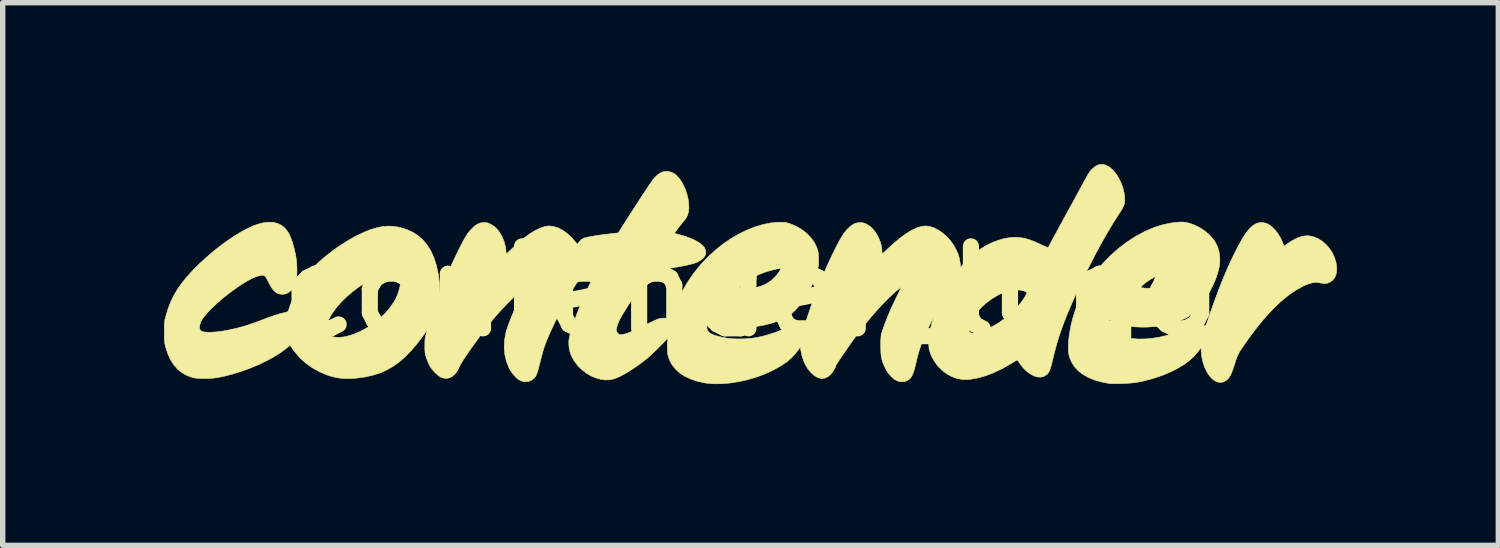
<source format=kicad_pcb>
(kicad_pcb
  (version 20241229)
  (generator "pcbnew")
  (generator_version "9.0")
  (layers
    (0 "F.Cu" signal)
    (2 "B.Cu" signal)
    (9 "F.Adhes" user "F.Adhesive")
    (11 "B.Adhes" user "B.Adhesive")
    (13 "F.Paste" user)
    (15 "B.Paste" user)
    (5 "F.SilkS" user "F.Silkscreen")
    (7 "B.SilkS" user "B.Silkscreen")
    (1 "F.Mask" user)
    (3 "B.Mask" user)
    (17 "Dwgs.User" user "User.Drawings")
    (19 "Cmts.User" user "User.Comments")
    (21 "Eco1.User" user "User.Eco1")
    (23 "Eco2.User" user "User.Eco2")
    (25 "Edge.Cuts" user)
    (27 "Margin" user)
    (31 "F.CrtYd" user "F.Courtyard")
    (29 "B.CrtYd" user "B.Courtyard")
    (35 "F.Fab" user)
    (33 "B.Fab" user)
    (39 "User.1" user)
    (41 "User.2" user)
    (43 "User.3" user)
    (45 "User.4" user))
  (footprint "contender_logo"
    (layer "F.Cu")
    (at 10.902 2.365)
    (property "Reference" "contender_logo" (at 0 0 0) (layer "F.SilkS") (effects (font (size 1.524 1.524) (thickness 0.3))))
    (attr through_hole)
    (fp_poly (pts (xy 8.06 -1.285) (xy 8.158 -1.266) (xy 8.257 -1.232) (xy 8.354 -1.183) (xy 8.446 -1.122) (xy 8.53 -1.052) (xy 8.602 -0.973) (xy 8.639 -0.92) (xy 8.683 -0.836) (xy 8.712 -0.741) (xy 8.727 -0.64) (xy 8.727 -0.535) (xy 8.717 -0.456) (xy 8.69 -0.344) (xy 8.651 -0.229) (xy 8.602 -0.114) (xy 8.545 -0.002) (xy 8.481 0.106) (xy 8.411 0.207) (xy 8.337 0.299) (xy 8.261 0.379) (xy 8.183 0.445) (xy 8.106 0.494) (xy 8.104 0.495) (xy 7.983 0.55) (xy 7.849 0.595) (xy 7.704 0.63) (xy 7.55 0.654) (xy 7.391 0.666) (xy 7.302 0.668) (xy 7.16 0.663) (xy 7.031 0.649) (xy 6.915 0.625) (xy 6.808 0.59) (xy 6.748 0.565) (xy 6.671 0.528) (xy 6.661 0.558) (xy 6.646 0.625) (xy 6.645 0.682) (xy 6.661 0.729) (xy 6.692 0.767) (xy 6.741 0.799) (xy 6.8 0.822) (xy 6.931 0.856) (xy 7.071 0.878) (xy 7.214 0.889) (xy 7.354 0.886) (xy 7.379 0.884) (xy 7.498 0.871) (xy 7.613 0.852) (xy 7.727 0.825) (xy 7.846 0.791) (xy 7.973 0.747) (xy 8.068 0.71) (xy 8.123 0.688) (xy 8.176 0.668) (xy 8.224 0.651) (xy 8.262 0.639) (xy 8.279 0.634) (xy 8.33 0.625) (xy 8.378 0.623) (xy 8.418 0.629) (xy 8.446 0.642) (xy 8.447 0.643) (xy 8.452 0.647) (xy 8.457 0.648) (xy 8.463 0.642) (xy 8.47 0.63) (xy 8.48 0.608) (xy 8.492 0.574) (xy 8.508 0.528) (xy 8.529 0.467) (xy 8.545 0.421) (xy 8.624 0.196) (xy 8.704 -0.021) (xy 8.786 -0.227) (xy 8.868 -0.421) (xy 8.95 -0.601) (xy 9.032 -0.767) (xy 9.112 -0.916) (xy 9.157 -0.995) (xy 9.218 -1.088) (xy 9.278 -1.162) (xy 9.339 -1.218) (xy 9.401 -1.256) (xy 9.464 -1.275) (xy 9.528 -1.278) (xy 9.594 -1.262) (xy 9.599 -1.26) (xy 9.652 -1.233) (xy 9.706 -1.189) (xy 9.759 -1.134) (xy 9.809 -1.069) (xy 9.853 -0.997) (xy 9.889 -0.923) (xy 9.897 -0.9) (xy 9.908 -0.87) (xy 9.917 -0.848) (xy 9.921 -0.839) (xy 9.928 -0.843) (xy 9.948 -0.856) (xy 9.975 -0.875) (xy 9.985 -0.883) (xy 10.073 -0.941) (xy 10.16 -0.986) (xy 10.244 -1.016) (xy 10.323 -1.031) (xy 10.384 -1.031) (xy 10.471 -1.013) (xy 10.555 -0.978) (xy 10.633 -0.929) (xy 10.705 -0.867) (xy 10.768 -0.794) (xy 10.821 -0.712) (xy 10.862 -0.623) (xy 10.889 -0.53) (xy 10.901 -0.442) (xy 10.899 -0.366) (xy 10.887 -0.304) (xy 10.863 -0.251) (xy 10.826 -0.206) (xy 10.779 -0.17) (xy 10.726 -0.149) (xy 10.667 -0.143) (xy 10.599 -0.153) (xy 10.571 -0.16) (xy 10.519 -0.167) (xy 10.456 -0.159) (xy 10.381 -0.139) (xy 10.297 -0.105) (xy 10.279 -0.096) (xy 10.151 -0.026) (xy 10.02 0.062) (xy 9.887 0.169) (xy 9.753 0.294) (xy 9.616 0.437) (xy 9.479 0.597) (xy 9.339 0.775) (xy 9.199 0.971) (xy 9.151 1.041) (xy 9.12 1.087) (xy 9.097 1.123) (xy 9.078 1.155) (xy 9.063 1.185) (xy 9.049 1.219) (xy 9.034 1.259) (xy 9.017 1.311) (xy 9.003 1.356) (xy 8.976 1.436) (xy 8.953 1.499) (xy 8.932 1.549) (xy 8.911 1.588) (xy 8.89 1.618) (xy 8.867 1.641) (xy 8.849 1.655) (xy 8.81 1.679) (xy 8.775 1.691) (xy 8.737 1.695) (xy 8.728 1.695) (xy 8.676 1.685) (xy 8.624 1.658) (xy 8.574 1.617) (xy 8.528 1.562) (xy 8.486 1.496) (xy 8.449 1.42) (xy 8.419 1.337) (xy 8.398 1.249) (xy 8.385 1.156) (xy 8.384 1.143) (xy 8.377 1.05) (xy 8.328 1.116) (xy 8.254 1.204) (xy 8.166 1.285) (xy 8.063 1.362) (xy 7.943 1.434) (xy 7.85 1.482) (xy 7.676 1.558) (xy 7.491 1.621) (xy 7.301 1.671) (xy 7.154 1.699) (xy 7.118 1.703) (xy 7.068 1.707) (xy 7.01 1.711) (xy 6.946 1.714) (xy 6.881 1.717) (xy 6.818 1.718) (xy 6.761 1.719) (xy 6.715 1.718) (xy 6.682 1.717) (xy 6.675 1.716) (xy 6.528 1.687) (xy 6.396 1.649) (xy 6.279 1.601) (xy 6.178 1.543) (xy 6.092 1.476) (xy 6.023 1.4) (xy 5.969 1.314) (xy 5.932 1.22) (xy 5.921 1.176) (xy 5.912 1.111) (xy 5.911 1.032) (xy 5.915 0.939) (xy 5.926 0.836) (xy 5.944 0.724) (xy 5.965 0.613) (xy 5.999 0.483) (xy 6.044 0.344) (xy 6.098 0.203) (xy 6.161 0.064) (xy 6.228 -0.069) (xy 6.232 -0.075) (xy 7.263 -0.075) (xy 7.271 -0.067) (xy 7.295 -0.062) (xy 7.331 -0.058) (xy 7.376 -0.057) (xy 7.425 -0.057) (xy 7.476 -0.06) (xy 7.526 -0.065) (xy 7.57 -0.071) (xy 7.589 -0.075) (xy 7.685 -0.106) (xy 7.776 -0.152) (xy 7.858 -0.21) (xy 7.93 -0.279) (xy 7.987 -0.354) (xy 8.001 -0.379) (xy 8.027 -0.426) (xy 7.981 -0.419) (xy 7.889 -0.401) (xy 7.787 -0.373) (xy 7.683 -0.337) (xy 7.581 -0.295) (xy 7.487 -0.248) (xy 7.454 -0.23) (xy 7.416 -0.206) (xy 7.376 -0.178) (xy 7.337 -0.149) (xy 7.304 -0.121) (xy 7.279 -0.098) (xy 7.265 -0.08) (xy 7.263 -0.075) (xy 6.232 -0.075) (xy 6.299 -0.189) (xy 6.317 -0.216) (xy 6.432 -0.374) (xy 6.559 -0.524) (xy 6.696 -0.665) (xy 6.843 -0.795) (xy 6.997 -0.912) (xy 7.156 -1.016) (xy 7.319 -1.104) (xy 7.483 -1.176) (xy 7.559 -1.203) (xy 7.658 -1.233) (xy 7.758 -1.256) (xy 7.854 -1.274) (xy 7.943 -1.284) (xy 8.021 -1.287) (xy 8.06 -1.285)) (stroke (width 0.01) (type solid)) (fill yes) (layer "F.SilkS"))
    (fp_poly (pts (xy 6.593 -2.35) (xy 6.655 -2.322) (xy 6.688 -2.3) (xy 6.747 -2.246) (xy 6.803 -2.178) (xy 6.852 -2.097) (xy 6.895 -2.008) (xy 6.928 -1.914) (xy 6.95 -1.819) (xy 6.958 -1.749) (xy 6.961 -1.702) (xy 6.959 -1.662) (xy 6.953 -1.625) (xy 6.94 -1.587) (xy 6.92 -1.546) (xy 6.892 -1.498) (xy 6.853 -1.438) (xy 6.849 -1.432) (xy 6.736 -1.255) (xy 6.621 -1.061) (xy 6.503 -0.852) (xy 6.385 -0.631) (xy 6.267 -0.398) (xy 6.15 -0.156) (xy 6.035 0.094) (xy 5.949 0.289) (xy 5.873 0.47) (xy 5.807 0.641) (xy 5.749 0.807) (xy 5.698 0.972) (xy 5.652 1.142) (xy 5.62 1.273) (xy 5.602 1.349) (xy 5.585 1.409) (xy 5.569 1.456) (xy 5.554 1.492) (xy 5.537 1.52) (xy 5.517 1.543) (xy 5.504 1.555) (xy 5.455 1.584) (xy 5.4 1.597) (xy 5.339 1.594) (xy 5.274 1.575) (xy 5.208 1.541) (xy 5.141 1.492) (xy 5.114 1.467) (xy 5.078 1.43) (xy 5.042 1.389) (xy 5.012 1.349) (xy 5.005 1.339) (xy 4.963 1.275) (xy 4.84 1.349) (xy 4.681 1.439) (xy 4.529 1.512) (xy 4.382 1.569) (xy 4.239 1.61) (xy 4.1 1.635) (xy 4.036 1.642) (xy 3.936 1.64) (xy 3.838 1.621) (xy 3.742 1.586) (xy 3.651 1.536) (xy 3.567 1.473) (xy 3.491 1.397) (xy 3.426 1.311) (xy 3.372 1.215) (xy 3.343 1.143) (xy 3.332 1.108) (xy 3.324 1.079) (xy 3.32 1.048) (xy 3.318 1.011) (xy 3.317 0.962) (xy 3.317 0.95) (xy 3.326 0.817) (xy 3.34 0.736) (xy 4.065 0.736) (xy 4.068 0.749) (xy 4.077 0.759) (xy 4.083 0.764) (xy 4.101 0.774) (xy 4.126 0.778) (xy 4.159 0.775) (xy 4.204 0.766) (xy 4.261 0.75) (xy 4.304 0.737) (xy 4.401 0.702) (xy 4.49 0.661) (xy 4.578 0.612) (xy 4.614 0.589) (xy 4.69 0.535) (xy 4.77 0.472) (xy 4.849 0.402) (xy 4.924 0.33) (xy 4.991 0.259) (xy 5.045 0.192) (xy 5.048 0.188) (xy 5.078 0.146) (xy 5.103 0.106) (xy 5.123 0.07) (xy 5.137 0.041) (xy 5.141 0.023) (xy 5.14 0.019) (xy 5.118 0.007) (xy 5.083 -0.006) (xy 5.038 -0.017) (xy 4.989 -0.025) (xy 4.94 -0.03) (xy 4.915 -0.031) (xy 4.873 -0.03) (xy 4.84 -0.027) (xy 4.81 -0.02) (xy 4.775 -0.008) (xy 4.746 0.004) (xy 4.62 0.063) (xy 4.504 0.13) (xy 4.399 0.206) (xy 4.306 0.287) (xy 4.226 0.374) (xy 4.161 0.464) (xy 4.111 0.557) (xy 4.079 0.651) (xy 4.072 0.681) (xy 4.066 0.715) (xy 4.065 0.736) (xy 3.34 0.736) (xy 3.35 0.681) (xy 3.381 0.569) (xy 3.391 0.536) (xy 3.398 0.511) (xy 3.399 0.499) (xy 3.399 0.499) (xy 3.394 0.507) (xy 3.382 0.529) (xy 3.365 0.562) (xy 3.345 0.603) (xy 3.335 0.623) (xy 3.285 0.73) (xy 3.243 0.824) (xy 3.208 0.908) (xy 3.177 0.987) (xy 3.151 1.063) (xy 3.128 1.141) (xy 3.105 1.223) (xy 3.083 1.313) (xy 3.082 1.321) (xy 3.061 1.406) (xy 3.042 1.475) (xy 3.023 1.529) (xy 3.004 1.572) (xy 2.983 1.605) (xy 2.96 1.63) (xy 2.932 1.65) (xy 2.91 1.661) (xy 2.875 1.677) (xy 2.844 1.683) (xy 2.807 1.682) (xy 2.806 1.682) (xy 2.757 1.675) (xy 2.714 1.659) (xy 2.672 1.632) (xy 2.626 1.592) (xy 2.614 1.581) (xy 2.577 1.54) (xy 2.546 1.498) (xy 2.517 1.447) (xy 2.508 1.43) (xy 2.48 1.368) (xy 2.458 1.313) (xy 2.443 1.261) (xy 2.432 1.205) (xy 2.426 1.143) (xy 2.424 1.069) (xy 2.423 1.021) (xy 2.423 0.957) (xy 2.424 0.907) (xy 2.427 0.868) (xy 2.43 0.836) (xy 2.436 0.806) (xy 2.444 0.775) (xy 2.445 0.771) (xy 2.468 0.694) (xy 2.5 0.604) (xy 2.54 0.502) (xy 2.585 0.393) (xy 2.636 0.278) (xy 2.691 0.161) (xy 2.737 0.067) (xy 2.759 0.021) (xy 2.778 -0.018) (xy 2.792 -0.049) (xy 2.8 -0.067) (xy 2.801 -0.072) (xy 2.792 -0.068) (xy 2.772 -0.053) (xy 2.742 -0.029) (xy 2.706 0.002) (xy 2.665 0.039) (xy 2.622 0.078) (xy 2.578 0.119) (xy 2.537 0.16) (xy 2.499 0.197) (xy 2.488 0.208) (xy 2.382 0.322) (xy 2.277 0.441) (xy 2.17 0.568) (xy 2.061 0.707) (xy 1.955 0.847) (xy 1.92 0.894) (xy 1.881 0.948) (xy 1.84 1.006) (xy 1.798 1.067) (xy 1.756 1.127) (xy 1.716 1.186) (xy 1.679 1.241) (xy 1.646 1.289) (xy 1.62 1.33) (xy 1.601 1.36) (xy 1.591 1.379) (xy 1.59 1.382) (xy 1.584 1.403) (xy 1.57 1.434) (xy 1.549 1.469) (xy 1.525 1.506) (xy 1.501 1.537) (xy 1.487 1.553) (xy 1.44 1.59) (xy 1.388 1.614) (xy 1.337 1.624) (xy 1.308 1.622) (xy 1.244 1.601) (xy 1.182 1.563) (xy 1.124 1.51) (xy 1.07 1.445) (xy 1.024 1.368) (xy 0.985 1.282) (xy 0.956 1.189) (xy 0.94 1.111) (xy 0.928 1.036) (xy 0.884 1.099) (xy 0.824 1.175) (xy 0.756 1.245) (xy 0.679 1.311) (xy 0.589 1.373) (xy 0.485 1.434) (xy 0.372 1.492) (xy 0.23 1.554) (xy 0.081 1.606) (xy -0.072 1.65) (xy -0.227 1.683) (xy -0.381 1.707) (xy -0.531 1.719) (xy -0.674 1.721) (xy -0.807 1.71) (xy -0.856 1.703) (xy -0.992 1.672) (xy -1.115 1.63) (xy -1.223 1.579) (xy -1.317 1.517) (xy -1.396 1.445) (xy -1.459 1.364) (xy -1.506 1.275) (xy -1.53 1.202) (xy -1.538 1.161) (xy -1.543 1.108) (xy -1.545 1.047) (xy -1.545 0.986) (xy -1.542 0.93) (xy -1.539 0.902) (xy -1.533 0.861) (xy -1.563 0.898) (xy -1.59 0.93) (xy -1.629 0.971) (xy -1.676 1.019) (xy -1.729 1.071) (xy -1.784 1.123) (xy -1.838 1.174) (xy -1.889 1.22) (xy -1.934 1.259) (xy -1.952 1.273) (xy -2.046 1.346) (xy -2.143 1.414) (xy -2.238 1.477) (xy -2.329 1.532) (xy -2.415 1.578) (xy -2.491 1.613) (xy -2.531 1.628) (xy -2.613 1.646) (xy -2.701 1.649) (xy -2.791 1.636) (xy -2.882 1.609) (xy -2.972 1.57) (xy -3.057 1.518) (xy -3.137 1.456) (xy -3.209 1.384) (xy -3.27 1.304) (xy -3.31 1.236) (xy -3.339 1.172) (xy -3.358 1.115) (xy -3.37 1.056) (xy -3.375 0.997) (xy -3.376 0.955) (xy -3.375 0.92) (xy -3.371 0.886) (xy -3.363 0.847) (xy -3.351 0.8) (xy -3.316 0.682) (xy -3.274 0.553) (xy -3.224 0.416) (xy -3.168 0.273) (xy -3.108 0.13) (xy -3.045 -0.01) (xy -2.981 -0.144) (xy -2.972 -0.161) (xy -2.956 -0.194) (xy -2.943 -0.221) (xy -2.936 -0.236) (xy -2.935 -0.239) (xy -2.943 -0.245) (xy -2.962 -0.258) (xy -2.98 -0.269) (xy -3.015 -0.291) (xy -3.052 -0.317) (xy -3.065 -0.327) (xy -3.09 -0.346) (xy -3.105 -0.352) (xy -3.113 -0.349) (xy -3.115 -0.347) (xy -3.122 -0.331) (xy -3.123 -0.325) (xy -3.128 -0.315) (xy -3.142 -0.292) (xy -3.163 -0.258) (xy -3.189 -0.217) (xy -3.216 -0.175) (xy -3.317 -0.013) (xy -3.419 0.163) (xy -3.521 0.35) (xy -3.619 0.545) (xy -3.713 0.743) (xy -3.713 0.743) (xy -3.752 0.831) (xy -3.784 0.908) (xy -3.812 0.979) (xy -3.837 1.05) (xy -3.86 1.126) (xy -3.883 1.211) (xy -3.904 1.294) (xy -3.924 1.371) (xy -3.94 1.433) (xy -3.953 1.482) (xy -3.965 1.519) (xy -3.976 1.548) (xy -3.987 1.57) (xy -3.999 1.589) (xy -4.012 1.606) (xy -4.021 1.616) (xy -4.067 1.654) (xy -4.121 1.676) (xy -4.18 1.683) (xy -4.24 1.675) (xy -4.293 1.652) (xy -4.34 1.618) (xy -4.388 1.571) (xy -4.433 1.515) (xy -4.472 1.455) (xy -4.487 1.427) (xy -4.535 1.306) (xy -4.565 1.18) (xy -4.577 1.049) (xy -4.571 0.914) (xy -4.547 0.776) (xy -4.543 0.758) (xy -4.527 0.705) (xy -4.504 0.638) (xy -4.475 0.56) (xy -4.441 0.474) (xy -4.403 0.383) (xy -4.362 0.29) (xy -4.32 0.198) (xy -4.278 0.109) (xy -4.237 0.027) (xy -4.234 0.022) (xy -4.216 -0.016) (xy -4.201 -0.046) (xy -4.192 -0.066) (xy -4.19 -0.073) (xy -4.2 -0.07) (xy -4.222 -0.055) (xy -4.252 -0.029) (xy -4.291 0.006) (xy -4.337 0.049) (xy -4.388 0.098) (xy -4.442 0.151) (xy -4.498 0.208) (xy -4.554 0.266) (xy -4.609 0.324) (xy -4.662 0.381) (xy -4.71 0.435) (xy -4.753 0.484) (xy -4.761 0.494) (xy -4.818 0.563) (xy -4.878 0.64) (xy -4.941 0.72) (xy -5.004 0.804) (xy -5.067 0.889) (xy -5.129 0.974) (xy -5.188 1.056) (xy -5.242 1.134) (xy -5.292 1.206) (xy -5.334 1.271) (xy -5.369 1.326) (xy -5.394 1.37) (xy -5.409 1.4) (xy -5.445 1.475) (xy -5.488 1.535) (xy -5.538 1.58) (xy -5.592 1.609) (xy -5.649 1.621) (xy -5.708 1.615) (xy -5.754 1.599) (xy -5.794 1.574) (xy -5.839 1.536) (xy -5.884 1.491) (xy -5.925 1.442) (xy -5.958 1.393) (xy -5.966 1.378) (xy -5.986 1.336) (xy -6.007 1.286) (xy -6.025 1.238) (xy -6.026 1.232) (xy -6.037 1.198) (xy -6.044 1.169) (xy -6.049 1.139) (xy -6.052 1.103) (xy -6.053 1.057) (xy -6.053 1.016) (xy -6.053 0.957) (xy -6.051 0.912) (xy -6.048 0.876) (xy -6.042 0.843) (xy -6.033 0.81) (xy -6.032 0.807) (xy -6.023 0.772) (xy -6.015 0.745) (xy -6.012 0.73) (xy -6.011 0.728) (xy -6.016 0.733) (xy -6.03 0.751) (xy -6.051 0.779) (xy -6.077 0.815) (xy -6.087 0.829) (xy -6.198 0.976) (xy -6.308 1.105) (xy -6.417 1.218) (xy -6.529 1.315) (xy -6.644 1.397) (xy -6.763 1.465) (xy -6.888 1.52) (xy -7.021 1.562) (xy -7.163 1.594) (xy -7.316 1.614) (xy -7.363 1.619) (xy -7.489 1.624) (xy -7.605 1.619) (xy -7.716 1.602) (xy -7.826 1.572) (xy -7.865 1.559) (xy -8.01 1.499) (xy -8.144 1.424) (xy -8.268 1.336) (xy -8.378 1.236) (xy -8.474 1.123) (xy -8.518 1.061) (xy -8.537 1.034) (xy -8.551 1.014) (xy -8.557 1.007) (xy -8.558 1.007) (xy -8.566 1.012) (xy -8.585 1.027) (xy -8.612 1.049) (xy -8.629 1.062) (xy -8.736 1.142) (xy -8.859 1.219) (xy -8.995 1.293) (xy -9.142 1.364) (xy -9.297 1.429) (xy -9.457 1.487) (xy -9.62 1.538) (xy -9.783 1.58) (xy -9.906 1.605) (xy -9.964 1.613) (xy -10.031 1.619) (xy -10.103 1.622) (xy -10.176 1.623) (xy -10.245 1.621) (xy -10.306 1.616) (xy -10.354 1.609) (xy -10.367 1.606) (xy -10.471 1.569) (xy -10.565 1.518) (xy -10.647 1.452) (xy -10.719 1.371) (xy -10.78 1.275) (xy -10.832 1.163) (xy -10.873 1.036) (xy -10.881 1.003) (xy -10.888 0.974) (xy -10.892 0.945) (xy -10.895 0.912) (xy -10.897 0.871) (xy -10.897 0.819) (xy -10.897 0.757) (xy -10.897 0.692) (xy -10.897 0.642) (xy -10.895 0.602) (xy -10.892 0.57) (xy -10.888 0.54) (xy -10.881 0.509) (xy -10.872 0.473) (xy -10.868 0.46) (xy -10.828 0.327) (xy -10.78 0.203) (xy -10.723 0.084) (xy -10.655 -0.032) (xy -10.574 -0.147) (xy -10.48 -0.263) (xy -10.37 -0.385) (xy -10.35 -0.406) (xy -10.235 -0.52) (xy -10.114 -0.631) (xy -9.989 -0.738) (xy -9.862 -0.839) (xy -9.734 -0.933) (xy -9.608 -1.018) (xy -9.485 -1.094) (xy -9.368 -1.158) (xy -9.259 -1.209) (xy -9.174 -1.242) (xy -9.066 -1.271) (xy -8.966 -1.284) (xy -8.875 -1.281) (xy -8.792 -1.261) (xy -8.719 -1.226) (xy -8.655 -1.174) (xy -8.601 -1.107) (xy -8.578 -1.067) (xy -8.554 -1.015) (xy -8.529 -0.949) (xy -8.505 -0.873) (xy -8.482 -0.791) (xy -8.463 -0.708) (xy -8.457 -0.681) (xy -8.445 -0.611) (xy -8.437 -0.533) (xy -8.432 -0.453) (xy -8.43 -0.375) (xy -8.433 -0.305) (xy -8.439 -0.246) (xy -8.442 -0.227) (xy -8.466 -0.143) (xy -8.499 -0.073) (xy -8.541 -0.016) (xy -8.589 0.025) (xy -8.645 0.05) (xy -8.703 0.058) (xy -8.758 0.051) (xy -8.807 0.032) (xy -8.851 -0.002) (xy -8.893 -0.052) (xy -8.933 -0.119) (xy -8.952 -0.156) (xy -8.98 -0.212) (xy -9.003 -0.252) (xy -9.024 -0.278) (xy -9.046 -0.293) (xy -9.07 -0.298) (xy -9.097 -0.296) (xy -9.128 -0.289) (xy -9.168 -0.278) (xy -9.2 -0.267) (xy -9.273 -0.235) (xy -9.356 -0.19) (xy -9.447 -0.135) (xy -9.543 -0.072) (xy -9.641 -0.001) (xy -9.74 0.074) (xy -9.836 0.153) (xy -9.928 0.234) (xy -10.012 0.314) (xy -10.087 0.391) (xy -10.094 0.399) (xy -10.144 0.456) (xy -10.181 0.504) (xy -10.208 0.546) (xy -10.225 0.584) (xy -10.236 0.623) (xy -10.237 0.627) (xy -10.242 0.672) (xy -10.237 0.706) (xy -10.222 0.731) (xy -10.194 0.748) (xy -10.151 0.758) (xy -10.093 0.762) (xy -10.056 0.763) (xy -9.94 0.757) (xy -9.812 0.741) (xy -9.674 0.716) (xy -9.67 0.716) (xy -7.883 0.716) (xy -7.881 0.741) (xy -7.875 0.761) (xy -7.863 0.78) (xy -7.863 0.781) (xy -7.841 0.806) (xy -7.81 0.828) (xy -7.799 0.835) (xy -7.758 0.848) (xy -7.704 0.855) (xy -7.641 0.856) (xy -7.574 0.851) (xy -7.507 0.839) (xy -7.502 0.838) (xy -7.374 0.799) (xy -7.247 0.744) (xy -7.122 0.676) (xy -7.002 0.596) (xy -6.89 0.506) (xy -6.788 0.408) (xy -6.699 0.303) (xy -6.625 0.195) (xy -6.591 0.134) (xy -6.563 0.071) (xy -6.539 0.001) (xy -6.519 -0.073) (xy -6.504 -0.146) (xy -6.496 -0.213) (xy -6.494 -0.271) (xy -6.498 -0.306) (xy -6.508 -0.333) (xy -6.527 -0.35) (xy -6.556 -0.36) (xy -6.598 -0.362) (xy -6.656 -0.358) (xy -6.66 -0.358) (xy -6.754 -0.341) (xy -6.856 -0.31) (xy -6.963 -0.265) (xy -7.073 -0.209) (xy -7.185 -0.143) (xy -7.295 -0.069) (xy -7.402 0.012) (xy -7.503 0.099) (xy -7.596 0.189) (xy -7.68 0.282) (xy -7.75 0.376) (xy -7.757 0.386) (xy -7.802 0.457) (xy -7.836 0.519) (xy -7.86 0.573) (xy -7.874 0.624) (xy -7.881 0.674) (xy -7.881 0.677) (xy -7.883 0.716) (xy -9.67 0.716) (xy -9.529 0.682) (xy -9.382 0.641) (xy -9.233 0.591) (xy -9.125 0.551) (xy -8.983 0.496) (xy -8.855 0.452) (xy -8.742 0.417) (xy -8.67 0.399) (xy -8.635 0.39) (xy -8.609 0.381) (xy -8.594 0.373) (xy -8.593 0.372) (xy -8.562 0.278) (xy -8.524 0.178) (xy -8.479 0.076) (xy -8.431 -0.023) (xy -8.381 -0.116) (xy -8.332 -0.199) (xy -8.29 -0.259) (xy -8.211 -0.355) (xy -8.117 -0.455) (xy -8.01 -0.555) (xy -7.892 -0.655) (xy -7.767 -0.752) (xy -7.638 -0.844) (xy -7.505 -0.929) (xy -7.373 -1.005) (xy -7.314 -1.035) (xy -7.183 -1.097) (xy -7.062 -1.146) (xy -6.949 -1.18) (xy -6.843 -1.202) (xy -6.74 -1.211) (xy -6.64 -1.207) (xy -6.54 -1.192) (xy -6.511 -1.185) (xy -6.386 -1.147) (xy -6.273 -1.094) (xy -6.172 -1.028) (xy -6.082 -0.948) (xy -6.005 -0.853) (xy -5.938 -0.743) (xy -5.883 -0.619) (xy -5.838 -0.48) (xy -5.805 -0.325) (xy -5.804 -0.32) (xy -5.795 -0.263) (xy -5.787 -0.197) (xy -5.781 -0.132) (xy -5.779 -0.096) (xy -5.773 0.02) (xy -5.705 -0.148) (xy -5.654 -0.272) (xy -5.599 -0.399) (xy -5.542 -0.525) (xy -5.484 -0.647) (xy -5.428 -0.763) (xy -5.374 -0.869) (xy -5.324 -0.963) (xy -5.292 -1.019) (xy -5.254 -1.076) (xy -5.209 -1.132) (xy -5.161 -1.182) (xy -5.114 -1.223) (xy -5.079 -1.246) (xy -5.015 -1.271) (xy -4.948 -1.279) (xy -4.883 -1.27) (xy -4.85 -1.257) (xy -4.788 -1.223) (xy -4.735 -1.181) (xy -4.686 -1.126) (xy -4.681 -1.119) (xy -4.622 -1.025) (xy -4.579 -0.924) (xy -4.553 -0.818) (xy -4.547 -0.769) (xy -4.544 -0.735) (xy -4.54 -0.709) (xy -4.537 -0.697) (xy -4.536 -0.696) (xy -4.528 -0.702) (xy -4.509 -0.719) (xy -4.482 -0.745) (xy -4.448 -0.777) (xy -4.427 -0.798) (xy -4.316 -0.901) (xy -4.209 -0.99) (xy -4.106 -1.065) (xy -4.01 -1.125) (xy -3.92 -1.17) (xy -3.837 -1.199) (xy -3.763 -1.213) (xy -3.74 -1.214) (xy -3.658 -1.204) (xy -3.574 -1.178) (xy -3.489 -1.134) (xy -3.406 -1.074) (xy -3.325 -0.999) (xy -3.248 -0.91) (xy -3.238 -0.897) (xy -3.224 -0.88) (xy -3.216 -0.877) (xy -3.208 -0.886) (xy -3.207 -0.889) (xy -3.194 -0.906) (xy -3.173 -0.929) (xy -3.156 -0.947) (xy -3.128 -0.97) (xy -3.101 -0.986) (xy -3.065 -0.997) (xy -3.05 -1.001) (xy -2.979 -1.015) (xy -2.892 -1.03) (xy -2.796 -1.045) (xy -2.693 -1.059) (xy -2.609 -1.068) (xy -2.456 -1.085) (xy -2.369 -1.222) (xy -2.313 -1.311) (xy -2.255 -1.401) (xy -2.197 -1.492) (xy -2.139 -1.582) (xy -2.082 -1.669) (xy -2.029 -1.752) (xy -1.978 -1.829) (xy -1.932 -1.898) (xy -1.892 -1.959) (xy -1.858 -2.009) (xy -1.832 -2.047) (xy -1.815 -2.071) (xy -1.811 -2.077) (xy -1.76 -2.132) (xy -1.708 -2.177) (xy -1.658 -2.209) (xy -1.651 -2.212) (xy -1.595 -2.228) (xy -1.534 -2.228) (xy -1.472 -2.214) (xy -1.414 -2.185) (xy -1.377 -2.157) (xy -1.32 -2.094) (xy -1.268 -2.016) (xy -1.223 -1.926) (xy -1.186 -1.827) (xy -1.16 -1.723) (xy -1.148 -1.645) (xy -1.143 -1.555) (xy -1.15 -1.478) (xy -1.17 -1.41) (xy -1.203 -1.349) (xy -1.23 -1.315) (xy -1.257 -1.283) (xy -1.287 -1.246) (xy -1.318 -1.207) (xy -1.347 -1.169) (xy -1.373 -1.134) (xy -1.394 -1.105) (xy -1.407 -1.085) (xy -1.41 -1.078) (xy -1.4 -1.074) (xy -1.376 -1.067) (xy -1.343 -1.058) (xy -1.329 -1.054) (xy -1.217 -1.022) (xy -1.116 -0.986) (xy -1.028 -0.946) (xy -0.955 -0.904) (xy -0.898 -0.86) (xy -0.858 -0.815) (xy -0.855 -0.81) (xy -0.832 -0.76) (xy -0.828 -0.711) (xy -0.841 -0.664) (xy -0.873 -0.619) (xy -0.921 -0.579) (xy -0.983 -0.544) (xy -1.01 -0.533) (xy -1.04 -0.521) (xy -1.075 -0.511) (xy -1.117 -0.5) (xy -1.167 -0.488) (xy -1.229 -0.475) (xy -1.304 -0.461) (xy -1.394 -0.444) (xy -1.458 -0.433) (xy -1.561 -0.415) (xy -1.647 -0.399) (xy -1.718 -0.386) (xy -1.774 -0.376) (xy -1.817 -0.367) (xy -1.849 -0.361) (xy -1.87 -0.355) (xy -1.883 -0.352) (xy -1.888 -0.349) (xy -1.895 -0.34) (xy -1.91 -0.317) (xy -1.934 -0.281) (xy -1.963 -0.235) (xy -1.997 -0.181) (xy -2.035 -0.12) (xy -2.069 -0.066) (xy -2.113 0.006) (xy -2.158 0.078) (xy -2.201 0.148) (xy -2.241 0.212) (xy -2.276 0.268) (xy -2.303 0.312) (xy -2.314 0.329) (xy -2.36 0.404) (xy -2.397 0.466) (xy -2.425 0.517) (xy -2.447 0.561) (xy -2.464 0.601) (xy -2.473 0.628) (xy -2.488 0.68) (xy -2.493 0.719) (xy -2.487 0.75) (xy -2.47 0.776) (xy -2.464 0.783) (xy -2.445 0.8) (xy -2.427 0.808) (xy -2.402 0.807) (xy -2.391 0.806) (xy -2.36 0.801) (xy -2.327 0.793) (xy -2.289 0.781) (xy -2.244 0.764) (xy -2.191 0.741) (xy -2.126 0.711) (xy -2.049 0.674) (xy -1.99 0.645) (xy -1.926 0.613) (xy -1.865 0.584) (xy -1.811 0.558) (xy -1.765 0.537) (xy -1.73 0.522) (xy -1.71 0.514) (xy -1.709 0.513) (xy -1.658 0.502) (xy -1.602 0.499) (xy -1.548 0.504) (xy -1.514 0.514) (xy -1.491 0.522) (xy -1.476 0.526) (xy -1.473 0.526) (xy -1.47 0.516) (xy -1.462 0.492) (xy -1.451 0.458) (xy -1.445 0.437) (xy -1.372 0.231) (xy -1.283 0.033) (xy -1.222 -0.075) (xy -0.198 -0.075) (xy -0.189 -0.068) (xy -0.172 -0.063) (xy -0.137 -0.06) (xy -0.091 -0.058) (xy -0.039 -0.058) (xy 0.013 -0.059) (xy 0.059 -0.062) (xy 0.093 -0.066) (xy 0.096 -0.067) (xy 0.204 -0.097) (xy 0.301 -0.141) (xy 0.389 -0.201) (xy 0.457 -0.264) (xy 0.487 -0.298) (xy 0.515 -0.334) (xy 0.538 -0.367) (xy 0.555 -0.395) (xy 0.562 -0.414) (xy 0.561 -0.42) (xy 0.548 -0.422) (xy 0.521 -0.419) (xy 0.483 -0.412) (xy 0.436 -0.401) (xy 0.385 -0.388) (xy 0.332 -0.374) (xy 0.282 -0.358) (xy 0.281 -0.358) (xy 0.145 -0.305) (xy 0.018 -0.242) (xy -0.047 -0.202) (xy -0.083 -0.178) (xy -0.119 -0.151) (xy -0.151 -0.124) (xy -0.177 -0.1) (xy -0.194 -0.083) (xy -0.198 -0.075) (xy -1.222 -0.075) (xy -1.177 -0.155) (xy -1.055 -0.334) (xy -0.917 -0.504) (xy -0.763 -0.663) (xy -0.635 -0.778) (xy -0.498 -0.886) (xy -0.355 -0.983) (xy -0.208 -1.068) (xy -0.06 -1.139) (xy 0.088 -1.198) (xy 0.235 -1.241) (xy 0.377 -1.27) (xy 0.514 -1.282) (xy 0.541 -1.283) (xy 0.592 -1.283) (xy 0.63 -1.281) (xy 0.661 -1.277) (xy 0.693 -1.269) (xy 0.731 -1.257) (xy 0.743 -1.253) (xy 0.854 -1.207) (xy 0.955 -1.148) (xy 1.044 -1.079) (xy 1.121 -1.001) (xy 1.184 -0.915) (xy 1.231 -0.822) (xy 1.256 -0.748) (xy 1.264 -0.699) (xy 1.269 -0.637) (xy 1.269 -0.57) (xy 1.266 -0.503) (xy 1.258 -0.443) (xy 1.256 -0.431) (xy 1.219 -0.293) (xy 1.165 -0.153) (xy 1.095 -0.013) (xy 1.012 0.125) (xy 0.915 0.258) (xy 0.858 0.327) (xy 0.789 0.396) (xy 0.71 0.456) (xy 0.618 0.509) (xy 0.512 0.555) (xy 0.392 0.595) (xy 0.255 0.629) (xy 0.174 0.645) (xy 0.113 0.653) (xy 0.038 0.66) (xy -0.046 0.664) (xy -0.133 0.666) (xy -0.219 0.666) (xy -0.299 0.663) (xy -0.368 0.658) (xy -0.394 0.654) (xy -0.516 0.63) (xy -0.633 0.595) (xy -0.741 0.551) (xy -0.782 0.529) (xy -0.788 0.535) (xy -0.795 0.554) (xy -0.801 0.583) (xy -0.806 0.617) (xy -0.809 0.65) (xy -0.809 0.66) (xy -0.805 0.703) (xy -0.79 0.739) (xy -0.764 0.769) (xy -0.725 0.794) (xy -0.67 0.817) (xy -0.599 0.838) (xy -0.586 0.841) (xy -0.502 0.86) (xy -0.426 0.874) (xy -0.351 0.882) (xy -0.269 0.886) (xy -0.198 0.887) (xy -0.086 0.884) (xy 0.023 0.875) (xy 0.131 0.858) (xy 0.242 0.833) (xy 0.359 0.8) (xy 0.485 0.758) (xy 0.624 0.705) (xy 0.635 0.701) (xy 0.72 0.668) (xy 0.79 0.645) (xy 0.848 0.63) (xy 0.895 0.623) (xy 0.934 0.624) (xy 0.964 0.631) (xy 1.005 0.646) (xy 1.063 0.467) (xy 1.117 0.307) (xy 1.176 0.142) (xy 1.239 -0.024) (xy 1.306 -0.19) (xy 1.374 -0.353) (xy 1.443 -0.51) (xy 1.512 -0.659) (xy 1.58 -0.797) (xy 1.645 -0.922) (xy 1.696 -1.011) (xy 1.74 -1.078) (xy 1.789 -1.14) (xy 1.841 -1.192) (xy 1.892 -1.233) (xy 1.941 -1.259) (xy 1.943 -1.26) (xy 2.011 -1.277) (xy 2.078 -1.276) (xy 2.143 -1.257) (xy 2.207 -1.22) (xy 2.268 -1.167) (xy 2.321 -1.103) (xy 2.368 -1.027) (xy 2.405 -0.944) (xy 2.432 -0.86) (xy 2.445 -0.779) (xy 2.446 -0.75) (xy 2.447 -0.721) (xy 2.449 -0.701) (xy 2.452 -0.696) (xy 2.46 -0.702) (xy 2.479 -0.719) (xy 2.508 -0.745) (xy 2.542 -0.777) (xy 2.562 -0.796) (xy 2.683 -0.906) (xy 2.797 -0.999) (xy 2.903 -1.076) (xy 3.002 -1.136) (xy 3.094 -1.179) (xy 3.178 -1.205) (xy 3.254 -1.214) (xy 3.255 -1.214) (xy 3.333 -1.205) (xy 3.414 -1.179) (xy 3.494 -1.138) (xy 3.573 -1.084) (xy 3.648 -1.018) (xy 3.718 -0.942) (xy 3.779 -0.857) (xy 3.824 -0.776) (xy 3.86 -0.696) (xy 3.883 -0.62) (xy 3.898 -0.538) (xy 3.902 -0.51) (xy 3.909 -0.442) (xy 3.951 -0.495) (xy 4.015 -0.567) (xy 4.093 -0.641) (xy 4.18 -0.713) (xy 4.272 -0.78) (xy 4.365 -0.839) (xy 4.43 -0.874) (xy 4.508 -0.91) (xy 4.593 -0.942) (xy 4.677 -0.968) (xy 4.733 -0.982) (xy 4.827 -0.997) (xy 4.916 -1.003) (xy 5.002 -0.999) (xy 5.088 -0.986) (xy 5.178 -0.961) (xy 5.276 -0.925) (xy 5.384 -0.877) (xy 5.402 -0.868) (xy 5.447 -0.847) (xy 5.486 -0.829) (xy 5.515 -0.817) (xy 5.532 -0.81) (xy 5.535 -0.81) (xy 5.54 -0.819) (xy 5.553 -0.842) (xy 5.571 -0.877) (xy 5.595 -0.92) (xy 5.621 -0.97) (xy 5.626 -0.978) (xy 5.651 -1.026) (xy 5.684 -1.086) (xy 5.722 -1.157) (xy 5.764 -1.234) (xy 5.809 -1.316) (xy 5.854 -1.398) (xy 5.892 -1.468) (xy 5.936 -1.549) (xy 5.983 -1.633) (xy 6.029 -1.717) (xy 6.072 -1.797) (xy 6.112 -1.871) (xy 6.146 -1.933) (xy 6.169 -1.975) (xy 6.207 -2.046) (xy 6.238 -2.102) (xy 6.263 -2.147) (xy 6.283 -2.181) (xy 6.301 -2.208) (xy 6.316 -2.23) (xy 6.331 -2.248) (xy 6.347 -2.265) (xy 6.358 -2.276) (xy 6.415 -2.323) (xy 6.473 -2.351) (xy 6.532 -2.36) (xy 6.593 -2.35)) (stroke (width 0.01) (type solid)) (fill yes) (layer "F.SilkS")))
  (gr_rect
    (start -3 -3)
    (end 24.808 7.09)
    (stroke (width 0.1) (type default))
    (fill no)
    (layer "Edge.Cuts")))
</source>
